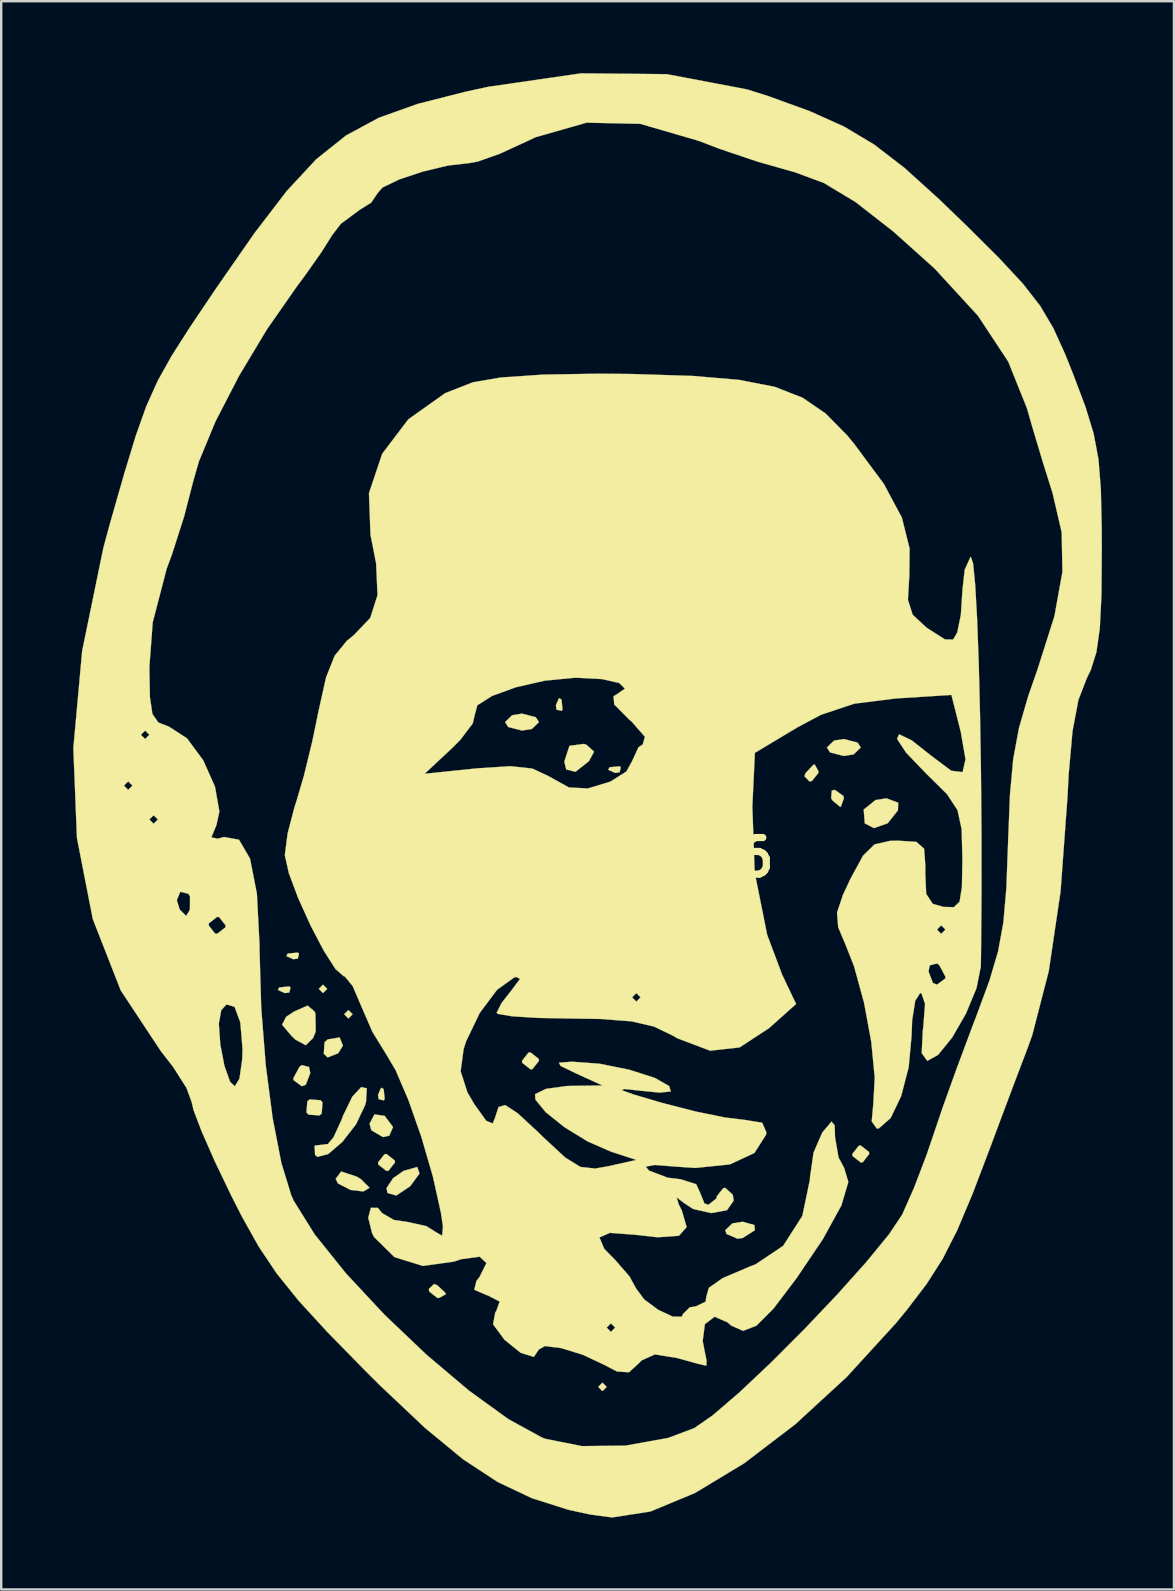
<source format=kicad_pcb>
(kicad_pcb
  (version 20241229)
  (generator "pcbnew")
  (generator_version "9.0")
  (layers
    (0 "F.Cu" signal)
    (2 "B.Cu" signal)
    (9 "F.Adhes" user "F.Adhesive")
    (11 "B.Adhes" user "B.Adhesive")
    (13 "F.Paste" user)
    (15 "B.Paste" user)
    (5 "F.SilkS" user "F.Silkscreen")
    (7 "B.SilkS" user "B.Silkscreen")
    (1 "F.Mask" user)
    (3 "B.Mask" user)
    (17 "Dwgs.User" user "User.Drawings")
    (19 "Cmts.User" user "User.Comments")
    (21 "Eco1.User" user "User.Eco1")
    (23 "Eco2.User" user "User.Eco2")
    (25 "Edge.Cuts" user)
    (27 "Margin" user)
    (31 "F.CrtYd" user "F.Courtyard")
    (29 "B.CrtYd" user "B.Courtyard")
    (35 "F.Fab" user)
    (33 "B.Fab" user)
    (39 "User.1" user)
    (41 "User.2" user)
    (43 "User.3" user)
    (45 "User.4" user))
  (footprint "jons_head_47x66"
    (layer "F.Cu")
    (at 19.4 32.674)
    (property "Reference" "jons_head_47x66" (at 0 0 0) (layer "F.SilkS") (effects (font (size 1.524 1.524) (thickness 0.3))))
    (attr through_hole)
    (fp_poly (pts (xy -8.819 5.468) (xy -8.996 5.644) (xy -9.172 5.468) (xy -8.996 5.292) (xy -8.819 5.468)) (stroke (width 0.01) (type solid)) (fill yes) (layer "F.SilkS"))
    (fp_poly (pts (xy -7.761 6.526) (xy -7.938 6.703) (xy -8.114 6.526) (xy -7.938 6.35) (xy -7.761 6.526)) (stroke (width 0.01) (type solid)) (fill yes) (layer "F.SilkS"))
    (fp_poly (pts (xy 2.822 22.049) (xy 2.646 22.225) (xy 2.469 22.049) (xy 2.646 21.872) (xy 2.822 22.049)) (stroke (width 0.01) (type solid)) (fill yes) (layer "F.SilkS"))
    (fp_poly (pts (xy -10.348 5.409) (xy -10.397 5.619) (xy -10.583 5.644) (xy -10.874 5.515) (xy -10.819 5.409) (xy -10.4 5.367) (xy -10.348 5.409)) (stroke (width 0.01) (type solid)) (fill yes) (layer "F.SilkS"))
    (fp_poly (pts (xy -9.995 3.998) (xy -10.044 4.208) (xy -10.231 4.233) (xy -10.521 4.104) (xy -10.466 3.998) (xy -10.047 3.956) (xy -9.995 3.998)) (stroke (width 0.01) (type solid)) (fill yes) (layer "F.SilkS"))
    (fp_poly (pts (xy -6.468 9.643) (xy -6.425 10.061) (xy -6.468 10.113) (xy -6.677 10.065) (xy -6.703 9.878) (xy -6.574 9.587) (xy -6.468 9.643)) (stroke (width 0.01) (type solid)) (fill yes) (layer "F.SilkS"))
    (fp_poly (pts (xy 0.941 -6.585) (xy 0.983 -6.167) (xy 0.941 -6.115) (xy 0.731 -6.163) (xy 0.706 -6.35) (xy 0.835 -6.64) (xy 0.941 -6.585)) (stroke (width 0.01) (type solid)) (fill yes) (layer "F.SilkS"))
    (fp_poly (pts (xy 3.41 -3.763) (xy 3.362 -3.553) (xy 3.175 -3.528) (xy 2.885 -3.657) (xy 2.94 -3.763) (xy 3.358 -3.805) (xy 3.41 -3.763)) (stroke (width 0.01) (type solid)) (fill yes) (layer "F.SilkS"))
    (fp_poly (pts (xy -8.166 7.833) (xy -8.362 8.151) (xy -8.804 8.324) (xy -8.962 8.169) (xy -8.931 7.691) (xy -8.802 7.574) (xy -8.301 7.491) (xy -8.166 7.833)) (stroke (width 0.01) (type solid)) (fill yes) (layer "F.SilkS"))
    (fp_poly (pts (xy -6.427 10.758) (xy -6.078 11.223) (xy -6.232 11.583) (xy -6.497 11.642) (xy -6.983 11.358) (xy -7.056 11.083) (xy -6.85 10.697) (xy -6.427 10.758)) (stroke (width 0.01) (type solid)) (fill yes) (layer "F.SilkS"))
    (fp_poly (pts (xy -9.576 8.723) (xy -9.525 8.975) (xy -9.709 9.458) (xy -9.878 9.525) (xy -10.22 9.272) (xy -10.231 9.193) (xy -9.974 8.715) (xy -9.878 8.643) (xy -9.576 8.723)) (stroke (width 0.01) (type solid)) (fill yes) (layer "F.SilkS"))
    (fp_poly (pts (xy -9.094 10.108) (xy -9.014 10.2) (xy -9.05 10.662) (xy -9.142 10.741) (xy -9.603 10.706) (xy -9.683 10.613) (xy -9.648 10.152) (xy -9.555 10.073) (xy -9.094 10.108)) (stroke (width 0.01) (type solid)) (fill yes) (layer "F.SilkS"))
    (fp_poly (pts (xy -7.589 13.29) (xy -7.419 13.392) (xy -7.056 13.754) (xy -7.314 13.907) (xy -7.849 13.844) (xy -8.373 13.573) (xy -8.467 13.38) (xy -8.238 13.075) (xy -7.589 13.29)) (stroke (width 0.01) (type solid)) (fill yes) (layer "F.SilkS"))
    (fp_poly (pts (xy -6.007 12.616) (xy -5.997 12.7) (xy -6.266 13.043) (xy -6.35 13.053) (xy -6.693 12.784) (xy -6.703 12.7) (xy -6.434 12.357) (xy -6.35 12.347) (xy -6.007 12.616)) (stroke (width 0.01) (type solid)) (fill yes) (layer "F.SilkS"))
    (fp_poly (pts (xy -4.975 13.158) (xy -5.362 13.688) (xy -5.944 14.076) (xy -6.307 13.973) (xy -6.35 13.771) (xy -6.075 13.354) (xy -5.644 13.053) (xy -5.069 12.886) (xy -4.975 13.158)) (stroke (width 0.01) (type solid)) (fill yes) (layer "F.SilkS"))
    (fp_poly (pts (xy -4.233 17.815) (xy -3.897 18.132) (xy -3.881 18.189) (xy -4.153 18.34) (xy -4.233 18.344) (xy -4.573 18.073) (xy -4.586 17.971) (xy -4.37 17.76) (xy -4.233 17.815)) (stroke (width 0.01) (type solid)) (fill yes) (layer "F.SilkS"))
    (fp_poly (pts (xy -0.132 -5.849) (xy 0 -5.644) (xy -0.295 -5.358) (xy -0.706 -5.292) (xy -1.279 -5.439) (xy -1.411 -5.644) (xy -1.116 -5.931) (xy -0.706 -5.997) (xy -0.132 -5.849)) (stroke (width 0.01) (type solid)) (fill yes) (layer "F.SilkS"))
    (fp_poly (pts (xy -0.01 8.382) (xy 0 8.467) (xy -0.268 8.809) (xy -0.353 8.819) (xy -0.695 8.551) (xy -0.706 8.467) (xy -0.437 8.124) (xy -0.353 8.114) (xy -0.01 8.382)) (stroke (width 0.01) (type solid)) (fill yes) (layer "F.SilkS"))
    (fp_poly (pts (xy 1.984 -4.697) (xy 2.297 -4.413) (xy 2.082 -4.016) (xy 1.522 -3.573) (xy 1.136 -3.671) (xy 1.058 -3.998) (xy 1.271 -4.656) (xy 1.87 -4.736) (xy 1.984 -4.697)) (stroke (width 0.01) (type solid)) (fill yes) (layer "F.SilkS"))
    (fp_poly (pts (xy 8.975 15.305) (xy 8.996 15.522) (xy 8.485 15.847) (xy 8.269 15.875) (xy 7.814 15.678) (xy 7.761 15.522) (xy 8.057 15.238) (xy 8.487 15.169) (xy 8.975 15.305)) (stroke (width 0.01) (type solid)) (fill yes) (layer "F.SilkS"))
    (fp_poly (pts (xy 11.638 -3.608) (xy 11.642 -3.528) (xy 11.37 -3.189) (xy 11.268 -3.175) (xy 11.057 -3.391) (xy 11.113 -3.528) (xy 11.43 -3.864) (xy 11.486 -3.881) (xy 11.638 -3.608)) (stroke (width 0.01) (type solid)) (fill yes) (layer "F.SilkS"))
    (fp_poly (pts (xy 12.686 -2.566) (xy 12.7 -2.469) (xy 12.58 -2.126) (xy 12.544 -2.117) (xy 12.243 -2.364) (xy 12.171 -2.469) (xy 12.199 -2.795) (xy 12.326 -2.822) (xy 12.686 -2.566)) (stroke (width 0.01) (type solid)) (fill yes) (layer "F.SilkS"))
    (fp_poly (pts (xy 13.273 -4.791) (xy 13.406 -4.586) (xy 13.11 -4.299) (xy 12.7 -4.233) (xy 12.127 -4.381) (xy 11.994 -4.586) (xy 12.29 -4.873) (xy 12.7 -4.939) (xy 13.273 -4.791)) (stroke (width 0.01) (type solid)) (fill yes) (layer "F.SilkS"))
    (fp_poly (pts (xy 13.748 12.263) (xy 13.758 12.347) (xy 13.49 12.69) (xy 13.406 12.7) (xy 13.063 12.432) (xy 13.053 12.347) (xy 13.321 12.005) (xy 13.406 11.994) (xy 13.748 12.263)) (stroke (width 0.01) (type solid)) (fill yes) (layer "F.SilkS"))
    (fp_poly (pts (xy 14.965 -2.287) (xy 14.955 -1.968) (xy 14.526 -1.429) (xy 13.954 -1.228) (xy 13.572 -1.427) (xy 13.528 -2) (xy 14.02 -2.397) (xy 14.474 -2.469) (xy 14.965 -2.287)) (stroke (width 0.01) (type solid)) (fill yes) (layer "F.SilkS"))
    (fp_poly (pts (xy -9.348 6.407) (xy -9.311 6.497) (xy -9.298 7.24) (xy -9.407 7.514) (xy -9.712 7.816) (xy -10.134 7.59) (xy -10.302 7.433) (xy -10.7 6.96) (xy -10.531 6.634) (xy -10.206 6.416) (xy -9.636 6.164) (xy -9.348 6.407)) (stroke (width 0.01) (type solid)) (fill yes) (layer "F.SilkS"))
    (fp_poly (pts (xy -7.17 9.611) (xy -7.203 10.167) (xy -7.244 10.319) (xy -7.622 11.112) (xy -8.187 11.843) (xy -8.777 12.348) (xy -9.228 12.467) (xy -9.326 12.384) (xy -9.345 11.999) (xy -8.794 11.932) (xy -8.556 11.65) (xy -8.225 10.928) (xy -8.154 10.739) (xy -7.772 9.955) (xy -7.402 9.559) (xy -7.17 9.611)) (stroke (width 0.01) (type solid)) (fill yes) (layer "F.SilkS"))
    (fp_poly (pts (xy 5.324 -32.635) (xy 8.661 -32.002) (xy 9.549 -31.723) (xy 11.296 -31.087) (xy 12.707 -30.453) (xy 13.957 -29.708) (xy 15.22 -28.736) (xy 16.67 -27.425) (xy 17.76 -26.373) (xy 19.161 -24.98) (xy 20.162 -23.904) (xy 20.878 -22.984) (xy 21.426 -22.058) (xy 21.923 -20.964) (xy 22.265 -20.108) (xy 22.772 -18.759) (xy 23.107 -17.661) (xy 23.307 -16.599) (xy 23.407 -15.354) (xy 23.443 -13.71) (xy 23.447 -12.876) (xy 23.432 -10.932) (xy 23.363 -9.541) (xy 23.221 -8.553) (xy 22.989 -7.817) (xy 22.821 -7.473) (xy 22.473 -6.571) (xy 22.227 -5.271) (xy 22.065 -3.447) (xy 22.018 -2.534) (xy 21.729 1.408) (xy 21.238 4.726) (xy 20.549 7.396) (xy 20.354 7.938) (xy 19.856 9.248) (xy 19.263 10.826) (xy 18.828 11.994) (xy 18.063 14.006) (xy 17.424 15.521) (xy 16.816 16.717) (xy 16.145 17.767) (xy 15.319 18.848) (xy 14.862 19.403) (xy 12.818 21.638) (xy 10.68 23.604) (xy 8.543 25.235) (xy 6.5 26.468) (xy 4.645 27.239) (xy 3.072 27.483) (xy 3.001 27.481) (xy 2.137 27.365) (xy 1.235 27.17) (xy -0.296 26.684) (xy -1.719 26.01) (xy -3.161 25.063) (xy -4.746 23.757) (xy -6.602 22.006) (xy -7.23 21.381) (xy -8.821 19.756) (xy -10.013 18.455) (xy -10.923 17.324) (xy -11.671 16.207) (xy -12.375 14.949) (xy -12.802 14.111) (xy -13.494 12.67) (xy -14.045 11.419) (xy -14.388 10.519) (xy -14.468 10.176) (xy -14.681 9.597) (xy -15.235 8.724) (xy -15.752 8.059) (xy -16.507 6.916) (xy -13.334 6.916) (xy -13.274 7.779) (xy -13.101 8.677) (xy -12.864 9.341) (xy -12.669 9.525) (xy -12.476 9.21) (xy -12.361 8.414) (xy -12.347 7.958) (xy -12.44 6.862) (xy -12.68 6.216) (xy -13.014 6.117) (xy -13.234 6.357) (xy -13.334 6.916) (xy -16.507 6.916) (xy -17.419 5.536) (xy -18.482 2.822) (xy -13.758 2.822) (xy -13.49 3.165) (xy -13.406 3.175) (xy -13.063 2.907) (xy -13.053 2.822) (xy -13.321 2.48) (xy -13.406 2.469) (xy -13.748 2.738) (xy -13.758 2.822) (xy -18.482 2.822) (xy -18.585 2.56) (xy -18.739 1.774) (xy -15.084 1.774) (xy -14.964 2.164) (xy -14.693 2.431) (xy -14.539 2.165) (xy -14.536 1.615) (xy -14.604 1.507) (xy -14.943 1.424) (xy -15.084 1.774) (xy -18.739 1.774) (xy -19.245 -0.821) (xy -19.276 -1.587) (xy -16.228 -1.587) (xy -16.051 -1.411) (xy -15.875 -1.587) (xy -16.051 -1.764) (xy -16.228 -1.587) (xy -19.276 -1.587) (xy -19.332 -2.999) (xy -17.286 -2.999) (xy -17.11 -2.822) (xy -16.933 -2.999) (xy -17.11 -3.175) (xy -17.286 -2.999) (xy -19.332 -2.999) (xy -19.395 -4.558) (xy -19.344 -5.115) (xy -16.581 -5.115) (xy -16.404 -4.939) (xy -16.228 -5.115) (xy -16.404 -5.292) (xy -16.581 -5.115) (xy -19.344 -5.115) (xy -19.089 -7.931) (xy -16.228 -7.931) (xy -16.206 -6.691) (xy -16.1 -5.981) (xy -15.853 -5.626) (xy -15.407 -5.452) (xy -15.405 -5.451) (xy -14.66 -4.968) (xy -13.983 -4.052) (xy -13.494 -2.953) (xy -13.311 -1.918) (xy -13.432 -1.361) (xy -13.645 -0.846) (xy -13.386 -0.785) (xy -13.122 -0.86) (xy -12.493 -0.745) (xy -12.034 0.045) (xy -11.749 1.5) (xy -11.64 3.61) (xy -11.639 3.845) (xy -11.569 6.255) (xy -11.38 8.645) (xy -11.092 10.854) (xy -10.73 12.718) (xy -10.314 14.076) (xy -10.219 14.287) (xy -9.342 15.696) (xy -8.038 17.321) (xy -6.443 19.032) (xy -4.692 20.7) (xy -2.924 22.196) (xy -1.274 23.391) (xy 0.122 24.155) (xy 0.268 24.212) (xy 1.791 24.515) (xy 3.604 24.495) (xy 5.382 24.174) (xy 6.469 23.766) (xy 7.237 23.234) (xy 8.339 22.287) (xy 9.652 21.049) (xy 11.054 19.646) (xy 12.424 18.202) (xy 13.641 16.843) (xy 14.583 15.692) (xy 15.129 14.875) (xy 15.13 14.873) (xy 15.619 13.771) (xy 16.145 12.393) (xy 16.401 11.642) (xy 16.822 10.399) (xy 17.4 8.79) (xy 18.029 7.102) (xy 18.227 6.585) (xy 18.769 5.116) (xy 19.128 3.9) (xy 19.347 2.697) (xy 19.471 1.269) (xy 19.542 -0.622) (xy 19.542 -0.647) (xy 19.62 -2.607) (xy 19.757 -4.108) (xy 19.996 -5.398) (xy 20.38 -6.723) (xy 20.763 -7.821) (xy 21.474 -10.058) (xy 21.806 -11.903) (xy 21.775 -13.548) (xy 21.396 -15.185) (xy 21.377 -15.245) (xy 20.985 -16.492) (xy 20.541 -17.976) (xy 20.326 -18.724) (xy 19.549 -20.66) (xy 18.289 -22.57) (xy 16.478 -24.542) (xy 14.775 -26.069) (xy 13.192 -27.305) (xy 11.871 -28.101) (xy 10.629 -28.562) (xy 10.487 -28.598) (xy 9.113 -28.988) (xy 7.539 -29.519) (xy 6.647 -29.86) (xy 4.222 -30.565) (xy 1.982 -30.614) (xy -0.15 -30.005) (xy -0.558 -29.811) (xy -1.64 -29.316) (xy -2.544 -28.996) (xy -2.905 -28.929) (xy -3.791 -28.828) (xy -4.838 -28.577) (xy -5.821 -28.248) (xy -6.512 -27.917) (xy -6.703 -27.704) (xy -6.987 -27.285) (xy -7.468 -26.983) (xy -8.251 -26.403) (xy -8.614 -25.929) (xy -9.054 -25.23) (xy -9.728 -24.271) (xy -10.069 -23.812) (xy -11.325 -22.013) (xy -12.493 -20.068) (xy -13.474 -18.167) (xy -14.166 -16.498) (xy -14.406 -15.66) (xy -14.781 -14.207) (xy -15.285 -12.633) (xy -15.508 -12.031) (xy -16.088 -9.802) (xy -16.228 -7.931) (xy -19.089 -7.931) (xy -19.029 -8.603) (xy -18.143 -12.908) (xy -17.864 -13.935) (xy -17.269 -16.014) (xy -16.79 -17.583) (xy -16.353 -18.809) (xy -15.88 -19.861) (xy -15.297 -20.905) (xy -14.527 -22.11) (xy -13.494 -23.645) (xy -13.442 -23.721) (xy -11.858 -26.001) (xy -10.51 -27.762) (xy -9.275 -29.092) (xy -8.034 -30.082) (xy -6.665 -30.82) (xy -5.048 -31.397) (xy -3.061 -31.902) (xy -2.115 -32.108) (xy 1.757 -32.669) (xy 5.324 -32.635)) (stroke (width 0.01) (type solid)) (fill yes) (layer "F.SilkS"))
    (fp_poly (pts (xy 3.881 -20.145) (xy 6.396 -20.065) (xy 8.334 -19.901) (xy 9.821 -19.611) (xy 10.981 -19.157) (xy 11.941 -18.5) (xy 12.828 -17.599) (xy 13.123 -17.245) (xy 14.368 -15.566) (xy 15.119 -14.161) (xy 15.441 -12.873) (xy 15.428 -11.753) (xy 15.371 -10.738) (xy 15.567 -10.119) (xy 16.122 -9.601) (xy 16.234 -9.521) (xy 16.913 -9.089) (xy 17.255 -9.083) (xy 17.426 -9.38) (xy 17.575 -10.113) (xy 17.639 -11.104) (xy 17.639 -11.121) (xy 17.735 -11.989) (xy 17.968 -12.506) (xy 17.993 -12.524) (xy 18.086 -12.246) (xy 18.173 -11.357) (xy 18.252 -9.951) (xy 18.32 -8.123) (xy 18.374 -5.966) (xy 18.413 -3.575) (xy 18.435 -1.044) (xy 18.436 1.533) (xy 18.415 4.061) (xy 18.408 4.535) (xy 18.228 5.438) (xy 17.79 6.494) (xy 17.216 7.492) (xy 16.626 8.219) (xy 16.178 8.467) (xy 15.944 8.144) (xy 15.991 7.182) (xy 16.01 7.056) (xy 16.084 6.096) (xy 15.936 5.658) (xy 15.879 5.644) (xy 15.676 5.962) (xy 15.547 6.774) (xy 15.522 7.426) (xy 15.402 8.733) (xy 15.088 9.937) (xy 14.652 10.848) (xy 14.163 11.277) (xy 14.074 11.289) (xy 13.861 10.989) (xy 13.928 10.262) (xy 13.988 9.17) (xy 13.844 7.677) (xy 13.542 6.043) (xy 13.185 4.742) (xy 16.228 4.742) (xy 16.412 5.224) (xy 16.581 5.292) (xy 16.923 5.038) (xy 16.933 4.96) (xy 16.677 4.482) (xy 16.581 4.41) (xy 16.279 4.49) (xy 16.228 4.742) (xy 13.185 4.742) (xy 13.126 4.527) (xy 12.787 3.666) (xy 12.507 2.999) (xy 16.581 2.999) (xy 16.757 3.175) (xy 16.933 2.999) (xy 16.757 2.822) (xy 16.581 2.999) (xy 12.507 2.999) (xy 12.465 2.898) (xy 12.417 2.292) (xy 12.664 1.55) (xy 12.98 0.877) (xy 13.502 -0.082) (xy 13.981 -0.551) (xy 14.629 -0.698) (xy 14.941 -0.706) (xy 15.719 -0.657) (xy 16.044 -0.372) (xy 16.098 0.358) (xy 16.092 0.617) (xy 16.132 1.512) (xy 16.403 1.926) (xy 16.845 2.053) (xy 17.284 2.065) (xy 17.522 1.839) (xy 17.62 1.219) (xy 17.639 0.05) (xy 17.639 0.037) (xy 17.608 -1.18) (xy 17.436 -1.976) (xy 17.002 -2.638) (xy 16.183 -3.449) (xy 16.142 -3.488) (xy 15.291 -4.375) (xy 14.917 -4.947) (xy 15.004 -5.137) (xy 15.535 -4.88) (xy 16.335 -4.247) (xy 17.175 -3.618) (xy 17.646 -3.56) (xy 17.77 -4.094) (xy 17.57 -5.243) (xy 17.527 -5.415) (xy 17.182 -6.776) (xy 14.853 -6.628) (xy 13.141 -6.412) (xy 11.741 -5.946) (xy 10.76 -5.421) (xy 8.996 -4.364) (xy 8.889 -2.13) (xy 8.987 0.619) (xy 9.508 3.219) (xy 10.125 4.862) (xy 10.712 6.098) (xy 9.584 7.106) (xy 8.357 7.907) (xy 7.131 8.044) (xy 5.766 7.528) (xy 5.565 7.41) (xy 4.799 7.041) (xy 3.863 6.822) (xy 2.56 6.722) (xy 1.323 6.704) (xy -0.054 6.678) (xy -1.114 6.611) (xy -1.699 6.514) (xy -1.764 6.466) (xy -1.554 6.052) (xy -1.373 5.821) (xy 3.881 5.821) (xy 4.057 5.997) (xy 4.233 5.821) (xy 4.057 5.644) (xy 3.881 5.821) (xy -1.373 5.821) (xy -1.147 5.532) (xy -0.788 5.052) (xy -0.948 4.973) (xy -1.037 4.998) (xy -1.745 5.508) (xy -2.464 6.468) (xy -3.03 7.646) (xy -3.137 7.976) (xy -3.262 8.903) (xy -2.978 9.782) (xy -2.698 10.261) (xy -2.198 10.961) (xy -1.926 11.075) (xy -1.829 10.839) (xy -1.682 10.389) (xy -1.405 10.309) (xy -0.89 10.646) (xy -0.026 11.444) (xy 0.213 11.678) (xy 1.095 12.494) (xy 1.729 12.885) (xy 2.339 12.953) (xy 2.873 12.86) (xy 4.057 12.594) (xy 2.999 12.249) (xy 2.031 11.825) (xy 1.069 11.235) (xy 0.285 10.609) (xy -0.148 10.08) (xy -0.162 9.855) (xy 0.294 9.634) (xy 1.155 9.515) (xy 1.344 9.509) (xy 2.646 9.493) (xy 1.587 9.009) (xy 0.903 8.679) (xy 0.829 8.543) (xy 1.333 8.506) (xy 1.411 8.504) (xy 2.528 8.587) (xy 3.759 8.835) (xy 4.825 9.176) (xy 5.423 9.516) (xy 5.494 9.743) (xy 5.014 9.789) (xy 4.233 9.711) (xy 3.551 9.64) (xy 3.448 9.687) (xy 3.958 9.872) (xy 5.115 10.213) (xy 6.495 10.569) (xy 7.739 10.825) (xy 8.579 10.927) (xy 8.581 10.927) (xy 9.301 11.045) (xy 9.475 11.443) (xy 9.46 11.545) (xy 8.978 12.302) (xy 7.957 12.779) (xy 6.523 12.928) (xy 5.821 12.881) (xy 4.81 12.804) (xy 4.448 12.876) (xy 4.586 13.039) (xy 5.368 13.335) (xy 5.909 13.4) (xy 6.551 13.606) (xy 6.703 13.935) (xy 6.893 14.404) (xy 7.056 14.464) (xy 7.398 14.195) (xy 7.408 14.111) (xy 7.677 13.769) (xy 7.761 13.758) (xy 8.074 14.044) (xy 8.114 14.287) (xy 7.834 14.688) (xy 7.178 14.809) (xy 6.424 14.638) (xy 6.025 14.376) (xy 5.735 14.152) (xy 5.822 14.442) (xy 5.955 14.707) (xy 6.153 15.391) (xy 5.834 15.752) (xy 4.942 15.816) (xy 4.032 15.713) (xy 2.954 15.633) (xy 2.521 15.822) (xy 2.72 16.296) (xy 3.166 16.749) (xy 3.77 17.443) (xy 4.047 17.95) (xy 4.386 18.406) (xy 4.97 18.838) (xy 5.57 19.119) (xy 5.955 19.123) (xy 5.997 19.017) (xy 6.283 18.733) (xy 6.526 18.697) (xy 6.945 18.496) (xy 6.967 18.312) (xy 7.076 17.922) (xy 7.653 17.517) (xy 8.801 17.028) (xy 9.017 16.948) (xy 10.173 16.172) (xy 10.971 14.929) (xy 11.288 13.418) (xy 11.289 13.33) (xy 11.44 12.286) (xy 11.803 11.45) (xy 11.807 11.445) (xy 12.188 10.996) (xy 12.318 11.154) (xy 12.336 11.659) (xy 12.479 12.488) (xy 12.713 12.925) (xy 12.889 13.512) (xy 12.598 14.491) (xy 11.827 15.895) (xy 10.725 17.529) (xy 9.768 18.791) (xy 9.06 19.499) (xy 8.504 19.713) (xy 8.006 19.494) (xy 7.862 19.363) (xy 7.316 19.125) (xy 6.913 19.435) (xy 6.821 20.136) (xy 6.857 20.323) (xy 6.983 20.96) (xy 6.972 21.167) (xy 6.603 21.08) (xy 5.835 20.868) (xy 5.749 20.844) (xy 4.832 20.695) (xy 4.279 20.942) (xy 4.209 21.02) (xy 3.75 21.44) (xy 3.251 21.407) (xy 2.708 21.124) (xy 1.829 20.711) (xy 0.936 20.435) (xy 0.252 20.348) (xy 0 20.486) (xy -0.213 20.8) (xy -0.761 20.629) (xy -1.435 20.085) (xy -1.809 19.579) (xy 2.822 19.579) (xy 2.999 19.756) (xy 3.175 19.579) (xy 2.999 19.403) (xy 2.822 19.579) (xy -1.809 19.579) (xy -1.911 19.441) (xy -1.819 18.943) (xy -1.78 18.893) (xy -1.638 18.495) (xy -2.12 18.242) (xy -2.167 18.229) (xy -2.693 18.002) (xy -2.603 17.633) (xy -2.477 17.472) (xy -2.186 16.889) (xy -2.468 16.626) (xy -3.245 16.729) (xy -3.541 16.83) (xy -4.833 17.01) (xy -6.017 16.644) (xy -6.865 15.809) (xy -6.949 15.649) (xy -7.111 15.003) (xy -7 14.587) (xy -6.711 14.592) (xy -6.53 14.811) (xy -6.036 15.097) (xy -5.518 15.169) (xy -4.691 15.351) (xy -4.297 15.599) (xy -4.035 15.75) (xy -3.998 15.371) (xy -4.081 14.806) (xy -4.417 13.29) (xy -4.894 11.65) (xy -5.437 10.099) (xy -5.973 8.85) (xy -6.356 8.203) (xy -6.936 7.261) (xy -7.412 6.163) (xy -7.416 6.152) (xy -7.758 5.355) (xy -8.086 4.951) (xy -8.136 4.939) (xy -8.477 4.64) (xy -8.968 3.87) (xy -9.517 2.821) (xy -10.03 1.685) (xy -10.417 0.653) (xy -10.582 -0.083) (xy -10.583 -0.122) (xy -10.467 -1.011) (xy -10.178 -2.12) (xy -10.106 -2.337) (xy -9.787 -3.419) (xy -9.77 -3.491) (xy -4.763 -3.491) (xy -2.576 -3.718) (xy -1.19 -3.808) (xy -0.272 -3.708) (xy 0.4 -3.394) (xy 0.413 -3.384) (xy 1.247 -2.923) (xy 2.037 -2.88) (xy 2.976 -3.166) (xy 3.643 -3.586) (xy 3.881 -4.019) (xy 4.144 -4.594) (xy 4.322 -4.712) (xy 4.414 -5.033) (xy 3.874 -5.65) (xy 3.752 -5.757) (xy 3.136 -6.38) (xy 3.108 -6.725) (xy 3.223 -6.788) (xy 3.581 -7.039) (xy 3.348 -7.27) (xy 2.637 -7.435) (xy 1.562 -7.491) (xy 1.448 -7.489) (xy 0.225 -7.367) (xy -0.965 -7.094) (xy -1.952 -6.733) (xy -2.567 -6.344) (xy -2.656 -6.013) (xy -2.759 -5.586) (xy -3.27 -4.91) (xy -3.601 -4.577) (xy -4.763 -3.491) (xy -9.77 -3.491) (xy -9.438 -4.856) (xy -9.18 -6.107) (xy -8.869 -7.504) (xy -8.51 -8.407) (xy -8.006 -9.027) (xy -7.717 -9.261) (xy -7.027 -9.984) (xy -6.724 -10.934) (xy -6.784 -12.262) (xy -7.017 -13.448) (xy -7.081 -15.18) (xy -6.528 -16.825) (xy -5.441 -18.257) (xy -3.907 -19.347) (xy -2.748 -19.801) (xy -1.589 -19.999) (xy 0.188 -20.12) (xy 2.501 -20.158) (xy 3.881 -20.145)) (stroke (width 0.01) (type solid)) (fill yes) (layer "F.SilkS")))
  (gr_rect
    (start -3 -3)
    (end 45.852 63.162)
    (stroke (width 0.1) (type default))
    (fill no)
    (layer "Edge.Cuts")))
</source>
